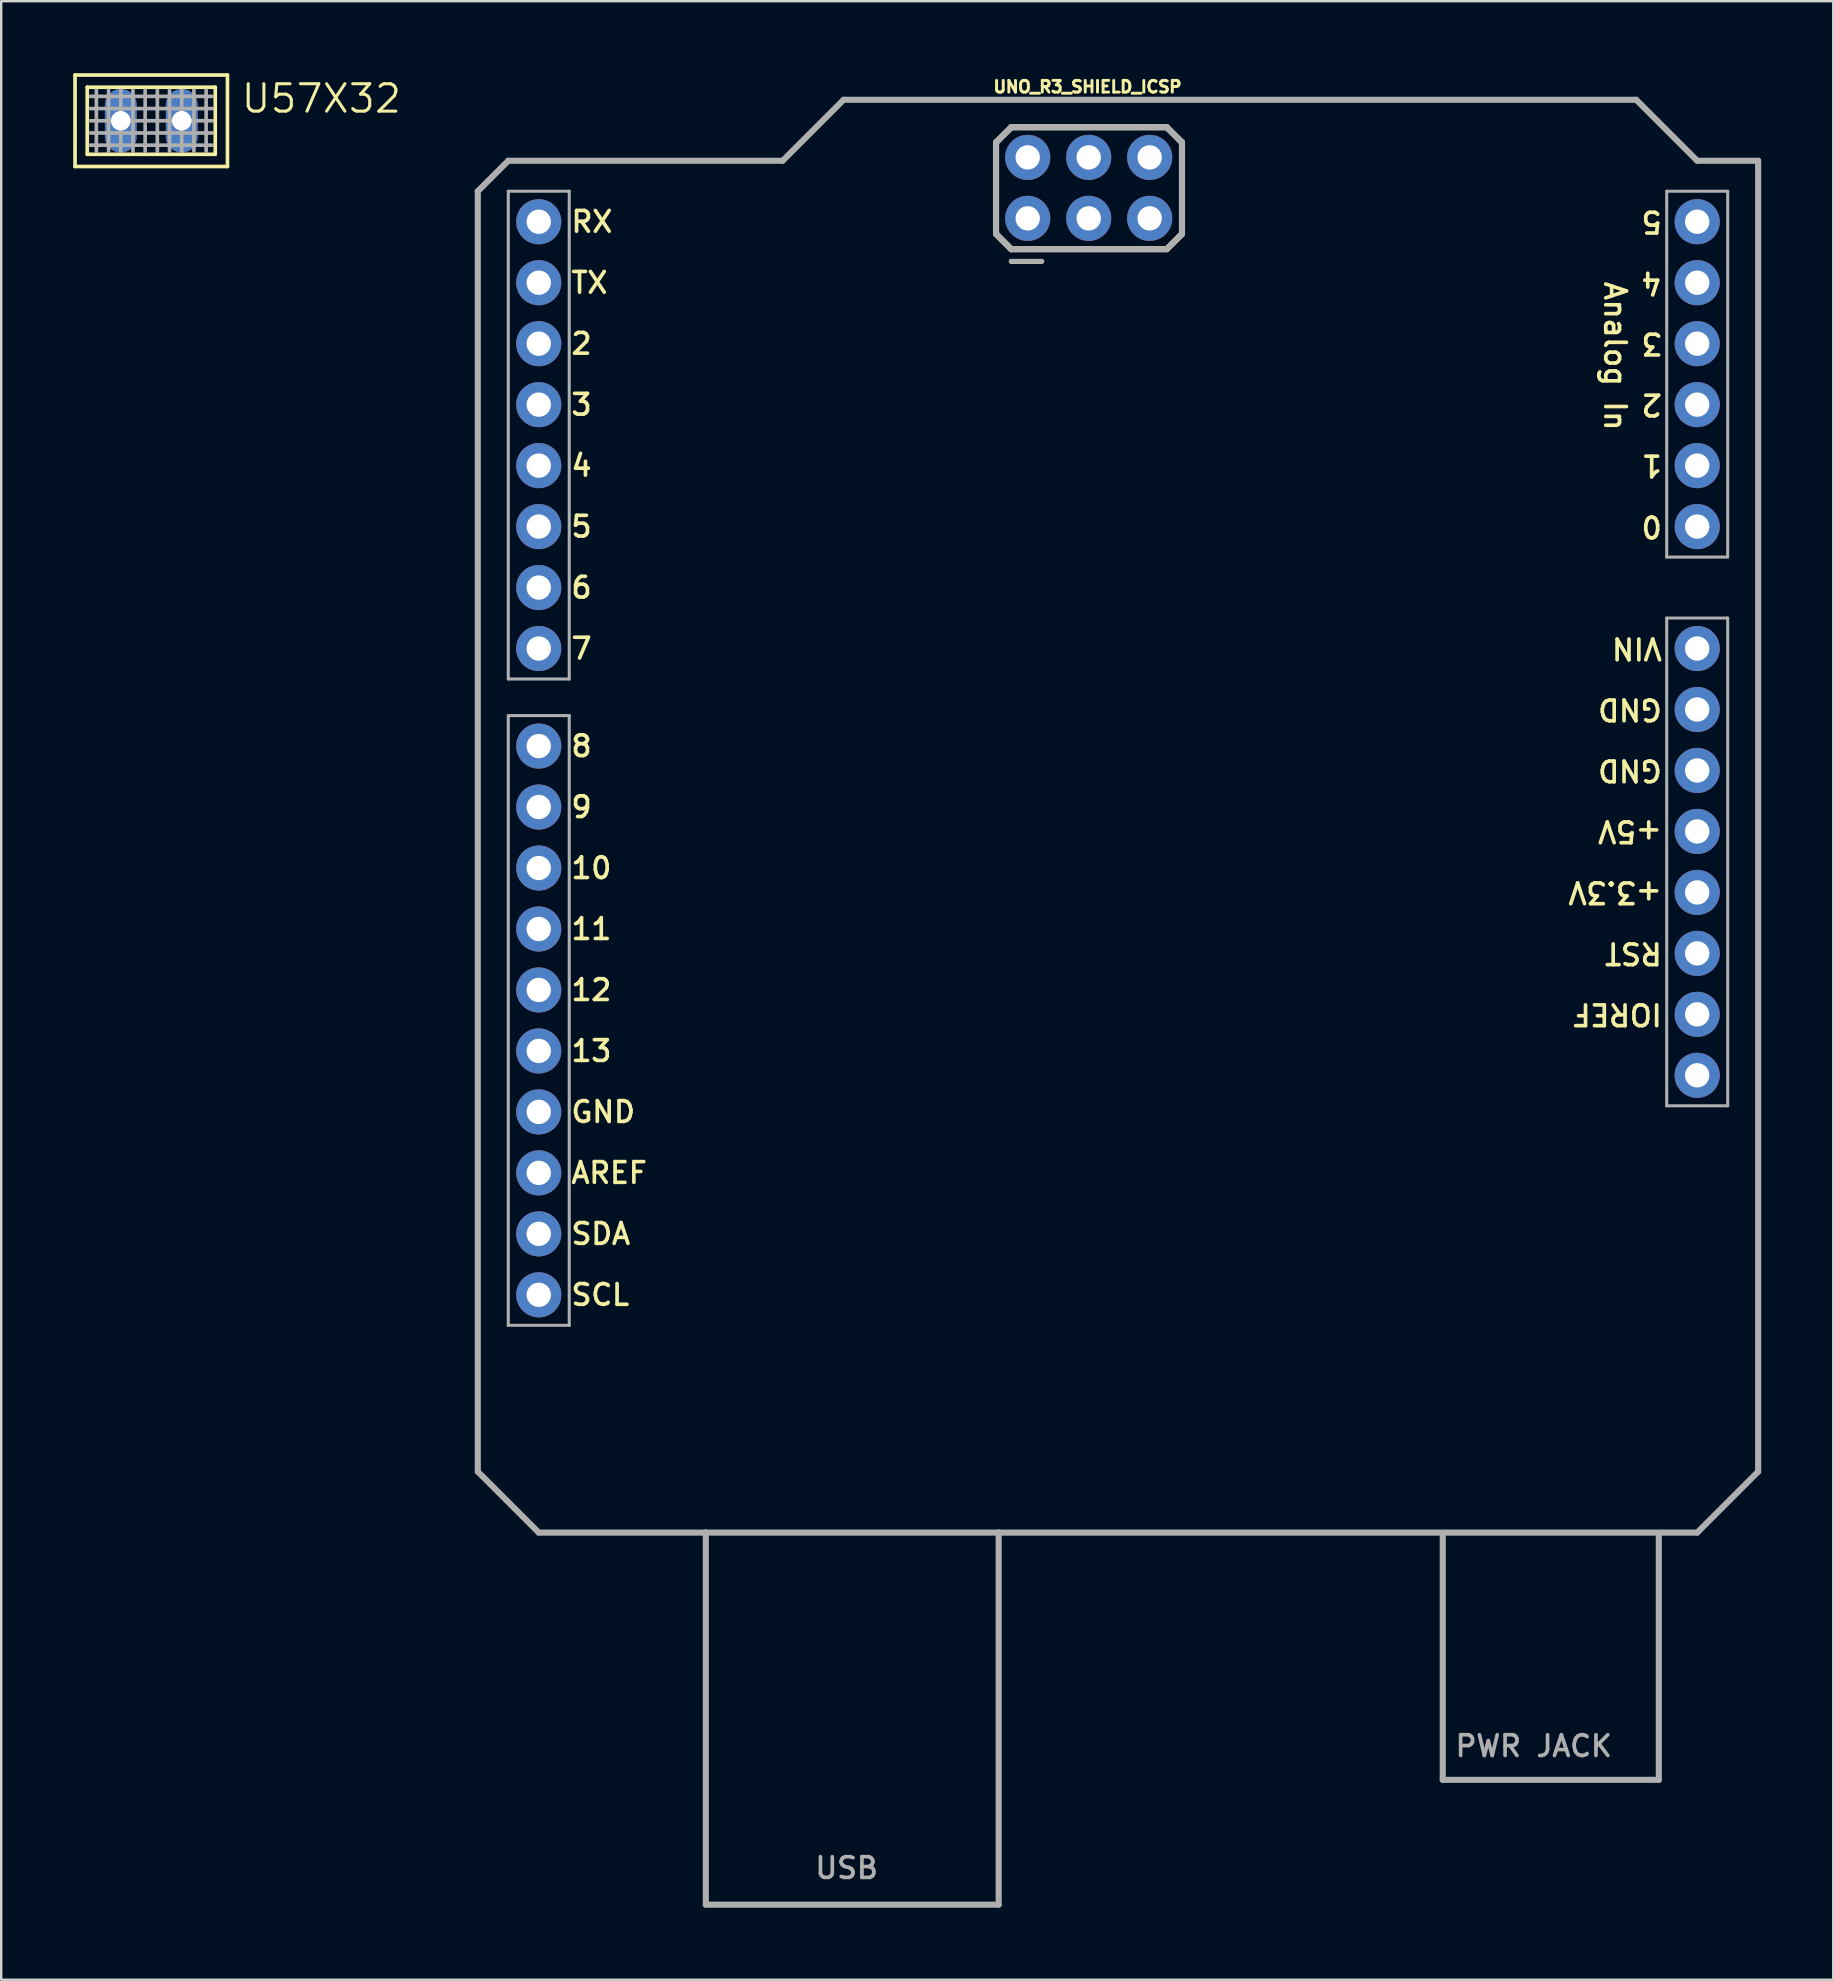
<source format=kicad_pcb>
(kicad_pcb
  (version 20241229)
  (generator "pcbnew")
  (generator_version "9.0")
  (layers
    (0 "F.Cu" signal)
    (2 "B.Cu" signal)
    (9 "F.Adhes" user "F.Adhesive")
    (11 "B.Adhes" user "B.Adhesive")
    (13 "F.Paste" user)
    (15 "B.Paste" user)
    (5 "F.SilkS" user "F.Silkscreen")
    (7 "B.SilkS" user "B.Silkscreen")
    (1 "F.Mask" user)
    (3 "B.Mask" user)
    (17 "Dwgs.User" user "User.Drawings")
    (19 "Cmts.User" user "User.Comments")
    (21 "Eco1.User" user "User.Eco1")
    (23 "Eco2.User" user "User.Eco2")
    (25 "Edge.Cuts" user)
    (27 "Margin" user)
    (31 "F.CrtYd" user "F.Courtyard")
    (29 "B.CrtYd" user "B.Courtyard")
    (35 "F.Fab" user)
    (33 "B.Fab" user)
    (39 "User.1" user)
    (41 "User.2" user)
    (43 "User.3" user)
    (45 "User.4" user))
  (footprint "U57X32"
    (layer "F.Cu")
    (at 3.251 1.981)
    (property "Reference" "U57X32" (at 3.683 -0.254 0) (unlocked yes) (layer "F.SilkS") (effects (font (size 1.143 1.143) (thickness 0.127)) (justify left bottom)))
    (fp_line (start -3.175 -1.905) (end -3.175 1.905) (stroke (width 0.152) (type solid)) (layer "F.SilkS"))
    (fp_line (start -3.175 -1.905) (end 3.175 -1.905) (stroke (width 0.152) (type solid)) (layer "F.SilkS"))
    (fp_line (start -2.667 -1.397) (end -2.667 1.397) (stroke (width 0.152) (type solid)) (layer "F.SilkS"))
    (fp_line (start -2.667 -1.397) (end 2.667 -1.397) (stroke (width 0.152) (type solid)) (layer "F.SilkS"))
    (fp_line (start 2.667 1.397) (end -2.667 1.397) (stroke (width 0.152) (type solid)) (layer "F.SilkS"))
    (fp_line (start 2.667 1.397) (end 2.667 -1.397) (stroke (width 0.152) (type solid)) (layer "F.SilkS"))
    (fp_line (start 3.175 1.905) (end -3.175 1.905) (stroke (width 0.152) (type solid)) (layer "F.SilkS"))
    (fp_line (start 3.175 1.905) (end 3.175 -1.905) (stroke (width 0.152) (type solid)) (layer "F.SilkS"))
    (fp_line (start -2.54 -1.016) (end 2.54 -1.016) (stroke (width 0.152) (type solid)) (layer "F.Fab"))
    (fp_line (start -2.54 -0.508) (end 2.54 -0.508) (stroke (width 0.152) (type solid)) (layer "F.Fab"))
    (fp_line (start -2.54 0) (end 2.54 0) (stroke (width 0.152) (type solid)) (layer "F.Fab"))
    (fp_line (start -2.54 0.508) (end 2.54 0.508) (stroke (width 0.152) (type solid)) (layer "F.Fab"))
    (fp_line (start -2.54 1.016) (end 2.54 1.016) (stroke (width 0.152) (type solid)) (layer "F.Fab"))
    (fp_line (start -2.286 -1.27) (end -2.286 1.27) (stroke (width 0.152) (type solid)) (layer "F.Fab"))
    (fp_line (start -1.778 -1.27) (end -1.778 1.27) (stroke (width 0.152) (type solid)) (layer "F.Fab"))
    (fp_line (start -1.27 -1.27) (end -1.27 1.27) (stroke (width 0.152) (type solid)) (layer "F.Fab"))
    (fp_line (start -0.762 -1.27) (end -0.762 1.27) (stroke (width 0.152) (type solid)) (layer "F.Fab"))
    (fp_line (start -0.254 -1.27) (end -0.254 1.27) (stroke (width 0.152) (type solid)) (layer "F.Fab"))
    (fp_line (start 0.254 -1.27) (end 0.254 1.27) (stroke (width 0.152) (type solid)) (layer "F.Fab"))
    (fp_line (start 0.762 -1.27) (end 0.762 1.27) (stroke (width 0.152) (type solid)) (layer "F.Fab"))
    (fp_line (start 1.27 -1.27) (end 1.27 1.27) (stroke (width 0.152) (type solid)) (layer "F.Fab"))
    (fp_line (start 1.778 -1.27) (end 1.778 1.27) (stroke (width 0.152) (type solid)) (layer "F.Fab"))
    (fp_line (start 2.286 -1.27) (end 2.286 1.27) (stroke (width 0.152) (type solid)) (layer "F.Fab"))
    (pad "A" thru_hole oval (at -1.27 0 90) (size 2.642 1.321) (drill 0.813) (layers "*.Cu" "*.Mask"))
    (pad "K" thru_hole oval (at 1.27 0 90) (size 2.642 1.321) (drill 0.813) (layers "*.Cu" "*.Mask")))
  (footprint "UNO_R3_SHIELD_ICSP"
    (layer "F.Cu")
    (at 43.524 30.317)
    (property "Reference" "UNO_R3_SHIELD_ICSP" (at -1.27 -29.464 0) (unlocked yes) (layer "F.SilkS") (effects (font (size 0.488 0.488) (thickness 0.122)) (justify bottom)))
    (fp_line (start -5.08 -27.432) (end -4.445 -28.067) (stroke (width 0.254) (type solid)) (layer "F.SilkS"))
    (fp_line (start -5.08 -23.622) (end -5.08 -27.432) (stroke (width 0.254) (type solid)) (layer "F.SilkS"))
    (fp_line (start -4.445 -28.067) (end 2.032 -28.067) (stroke (width 0.254) (type solid)) (layer "F.SilkS"))
    (fp_line (start -4.445 -22.987) (end -5.08 -23.622) (stroke (width 0.254) (type solid)) (layer "F.SilkS"))
    (fp_line (start -3.175 -22.479) (end -4.445 -22.479) (stroke (width 0.203) (type solid)) (layer "F.SilkS"))
    (fp_line (start 2.032 -28.067) (end 2.667 -27.432) (stroke (width 0.254) (type solid)) (layer "F.SilkS"))
    (fp_line (start 2.032 -22.987) (end -4.445 -22.987) (stroke (width 0.254) (type solid)) (layer "F.SilkS"))
    (fp_line (start 2.667 -27.432) (end 2.667 -23.622) (stroke (width 0.254) (type solid)) (layer "F.SilkS"))
    (fp_line (start 2.667 -23.622) (end 2.032 -22.987) (stroke (width 0.254) (type solid)) (layer "F.SilkS"))
    (fp_line (start -26.67 -25.4) (end -26.67 27.94) (stroke (width 0.254) (type solid)) (layer "F.Fab"))
    (fp_line (start -26.67 27.94) (end -24.13 30.48) (stroke (width 0.254) (type solid)) (layer "F.Fab"))
    (fp_line (start -25.4 -26.67) (end -26.67 -25.4) (stroke (width 0.254) (type solid)) (layer "F.Fab"))
    (fp_line (start -25.4 -25.4) (end -22.86 -25.4) (stroke (width 0.127) (type solid)) (layer "F.Fab"))
    (fp_line (start -25.4 -5.08) (end -25.4 -25.4) (stroke (width 0.127) (type solid)) (layer "F.Fab"))
    (fp_line (start -25.4 -3.556) (end -22.86 -3.556) (stroke (width 0.127) (type solid)) (layer "F.Fab"))
    (fp_line (start -25.4 21.844) (end -25.4 -3.556) (stroke (width 0.127) (type solid)) (layer "F.Fab"))
    (fp_line (start -24.13 30.48) (end -17.17 30.48) (stroke (width 0.254) (type solid)) (layer "F.Fab"))
    (fp_line (start -22.86 -25.4) (end -22.86 -5.08) (stroke (width 0.127) (type solid)) (layer "F.Fab"))
    (fp_line (start -22.86 -5.08) (end -25.4 -5.08) (stroke (width 0.127) (type solid)) (layer "F.Fab"))
    (fp_line (start -22.86 -3.556) (end -22.86 21.844) (stroke (width 0.127) (type solid)) (layer "F.Fab"))
    (fp_line (start -22.86 21.844) (end -25.4 21.844) (stroke (width 0.127) (type solid)) (layer "F.Fab"))
    (fp_line (start -17.17 30.48) (end -4.97 30.48) (stroke (width 0.254) (type solid)) (layer "F.Fab"))
    (fp_line (start -17.17 45.98) (end -17.17 30.48) (stroke (width 0.254) (type solid)) (layer "F.Fab"))
    (fp_line (start -17.17 45.98) (end -4.97 45.98) (stroke (width 0.254) (type solid)) (layer "F.Fab"))
    (fp_line (start -13.97 -26.67) (end -25.4 -26.67) (stroke (width 0.254) (type solid)) (layer "F.Fab"))
    (fp_line (start -11.43 -29.21) (end -13.97 -26.67) (stroke (width 0.254) (type solid)) (layer "F.Fab"))
    (fp_line (start -5.08 -27.432) (end -4.445 -28.067) (stroke (width 0.254) (type solid)) (layer "F.Fab"))
    (fp_line (start -5.08 -23.622) (end -5.08 -27.432) (stroke (width 0.254) (type solid)) (layer "F.Fab"))
    (fp_line (start -4.97 30.48) (end 24.13 30.48) (stroke (width 0.254) (type solid)) (layer "F.Fab"))
    (fp_line (start -4.97 45.98) (end -4.97 30.48) (stroke (width 0.254) (type solid)) (layer "F.Fab"))
    (fp_line (start -4.445 -28.067) (end 2.032 -28.067) (stroke (width 0.254) (type solid)) (layer "F.Fab"))
    (fp_line (start -4.445 -22.987) (end -5.08 -23.622) (stroke (width 0.254) (type solid)) (layer "F.Fab"))
    (fp_line (start -3.175 -22.479) (end -4.445 -22.479) (stroke (width 0.203) (type solid)) (layer "F.Fab"))
    (fp_line (start 2.032 -28.067) (end 2.667 -27.432) (stroke (width 0.254) (type solid)) (layer "F.Fab"))
    (fp_line (start 2.032 -22.987) (end -4.445 -22.987) (stroke (width 0.254) (type solid)) (layer "F.Fab"))
    (fp_line (start 2.667 -27.432) (end 2.667 -23.622) (stroke (width 0.254) (type solid)) (layer "F.Fab"))
    (fp_line (start 2.667 -23.622) (end 2.032 -22.987) (stroke (width 0.254) (type solid)) (layer "F.Fab"))
    (fp_line (start 13.53 40.78) (end 13.53 30.58) (stroke (width 0.254) (type solid)) (layer "F.Fab"))
    (fp_line (start 13.53 40.78) (end 22.53 40.78) (stroke (width 0.254) (type solid)) (layer "F.Fab"))
    (fp_line (start 21.59 -29.21) (end -11.43 -29.21) (stroke (width 0.254) (type solid)) (layer "F.Fab"))
    (fp_line (start 22.53 40.78) (end 22.53 30.58) (stroke (width 0.254) (type solid)) (layer "F.Fab"))
    (fp_line (start 22.86 -25.4) (end 25.4 -25.4) (stroke (width 0.127) (type solid)) (layer "F.Fab"))
    (fp_line (start 22.86 -10.16) (end 22.86 -25.4) (stroke (width 0.127) (type solid)) (layer "F.Fab"))
    (fp_line (start 22.86 -7.62) (end 22.86 12.7) (stroke (width 0.127) (type solid)) (layer "F.Fab"))
    (fp_line (start 22.86 12.7) (end 25.4 12.7) (stroke (width 0.127) (type solid)) (layer "F.Fab"))
    (fp_line (start 24.13 -26.67) (end 21.59 -29.21) (stroke (width 0.254) (type solid)) (layer "F.Fab"))
    (fp_line (start 24.13 30.48) (end 26.67 27.94) (stroke (width 0.254) (type solid)) (layer "F.Fab"))
    (fp_line (start 25.4 -25.4) (end 25.4 -10.16) (stroke (width 0.127) (type solid)) (layer "F.Fab"))
    (fp_line (start 25.4 -10.16) (end 22.86 -10.16) (stroke (width 0.127) (type solid)) (layer "F.Fab"))
    (fp_line (start 25.4 -7.62) (end 22.86 -7.62) (stroke (width 0.127) (type solid)) (layer "F.Fab"))
    (fp_line (start 25.4 12.7) (end 25.4 -7.62) (stroke (width 0.127) (type solid)) (layer "F.Fab"))
    (fp_line (start 26.67 -26.67) (end 24.13 -26.67) (stroke (width 0.254) (type solid)) (layer "F.Fab"))
    (fp_line (start 26.67 27.94) (end 26.67 -26.67) (stroke (width 0.254) (type solid)) (layer "F.Fab"))
    (fp_text user "2" (at -22.86 -18.542 0) (unlocked yes) (layer "F.SilkS") (effects (font (size 0.864 0.864) (thickness 0.152)) (justify left bottom)))
    (fp_text user "SCL" (at -22.86 21.082 0) (unlocked yes) (layer "F.SilkS") (effects (font (size 0.864 0.864) (thickness 0.152)) (justify left bottom)))
    (fp_text user "3" (at 22.746 -19.558 180) (unlocked yes) (layer "F.SilkS") (effects (font (size 0.864 0.864) (thickness 0.152)) (justify left bottom)))
    (fp_text user "1" (at 22.746 -14.478 180) (unlocked yes) (layer "F.SilkS") (effects (font (size 0.864 0.864) (thickness 0.152)) (justify left bottom)))
    (fp_text user "Analog In" (at 20.206 -21.717 270) (unlocked yes) (layer "F.SilkS") (effects (font (size 0.864 0.864) (thickness 0.152)) (justify left bottom)))
    (fp_text user "6" (at -22.86 -8.382 0) (unlocked yes) (layer "F.SilkS") (effects (font (size 0.864 0.864) (thickness 0.152)) (justify left bottom)))
    (fp_text user "8" (at -22.86 -1.778 0) (unlocked yes) (layer "F.SilkS") (effects (font (size 0.864 0.864) (thickness 0.152)) (justify left bottom)))
    (fp_text user "2" (at 22.746 -17.018 180) (unlocked yes) (layer "F.SilkS") (effects (font (size 0.864 0.864) (thickness 0.152)) (justify left bottom)))
    (fp_text user "12" (at -22.86 8.382 0) (unlocked yes) (layer "F.SilkS") (effects (font (size 0.864 0.864) (thickness 0.152)) (justify left bottom)))
    (fp_text user "+3.3V" (at 22.746 3.302 180) (unlocked yes) (layer "F.SilkS") (effects (font (size 0.864 0.864) (thickness 0.152)) (justify left bottom)))
    (fp_text user "10" (at -22.86 3.302 0) (unlocked yes) (layer "F.SilkS") (effects (font (size 0.864 0.864) (thickness 0.152)) (justify left bottom)))
    (fp_text user "0" (at 22.746 -11.938 180) (unlocked yes) (layer "F.SilkS") (effects (font (size 0.864 0.864) (thickness 0.152)) (justify left bottom)))
    (fp_text user "AREF" (at -22.86 16.002 0) (unlocked yes) (layer "F.SilkS") (effects (font (size 0.864 0.864) (thickness 0.152)) (justify left bottom)))
    (fp_text user "SDA" (at -22.86 18.542 0) (unlocked yes) (layer "F.SilkS") (effects (font (size 0.864 0.864) (thickness 0.152)) (justify left bottom)))
    (fp_text user "VIN" (at 22.746 -6.858 180) (unlocked yes) (layer "F.SilkS") (effects (font (size 0.864 0.864) (thickness 0.152)) (justify left bottom)))
    (fp_text user "GND" (at 22.746 -1.778 180) (unlocked yes) (layer "F.SilkS") (effects (font (size 0.864 0.864) (thickness 0.152)) (justify left bottom)))
    (fp_text user "RX" (at -22.86 -23.622 0) (unlocked yes) (layer "F.SilkS") (effects (font (size 0.864 0.864) (thickness 0.152)) (justify left bottom)))
    (fp_text user "5" (at 22.746 -24.638 180) (unlocked yes) (layer "F.SilkS") (effects (font (size 0.864 0.864) (thickness 0.152)) (justify left bottom)))
    (fp_text user "GND" (at -22.86 13.462 0) (unlocked yes) (layer "F.SilkS") (effects (font (size 0.864 0.864) (thickness 0.152)) (justify left bottom)))
    (fp_text user "TX" (at -22.86 -21.082 0) (unlocked yes) (layer "F.SilkS") (effects (font (size 0.864 0.864) (thickness 0.152)) (justify left bottom)))
    (fp_text user "13" (at -22.86 10.922 0) (unlocked yes) (layer "F.SilkS") (effects (font (size 0.864 0.864) (thickness 0.152)) (justify left bottom)))
    (fp_text user "4" (at 22.746 -22.098 180) (unlocked yes) (layer "F.SilkS") (effects (font (size 0.864 0.864) (thickness 0.152)) (justify left bottom)))
    (fp_text user "GND" (at 22.746 -4.318 180) (unlocked yes) (layer "F.SilkS") (effects (font (size 0.864 0.864) (thickness 0.152)) (justify left bottom)))
    (fp_text user "RST" (at 22.746 5.842 180) (unlocked yes) (layer "F.SilkS") (effects (font (size 0.864 0.864) (thickness 0.152)) (justify left bottom)))
    (fp_text user "5" (at -22.86 -10.922 0) (unlocked yes) (layer "F.SilkS") (effects (font (size 0.864 0.864) (thickness 0.152)) (justify left bottom)))
    (fp_text user "+5V" (at 22.746 0.762 180) (unlocked yes) (layer "F.SilkS") (effects (font (size 0.864 0.864) (thickness 0.152)) (justify left bottom)))
    (fp_text user "11" (at -22.86 5.842 0) (unlocked yes) (layer "F.SilkS") (effects (font (size 0.864 0.864) (thickness 0.152)) (justify left bottom)))
    (fp_text user "9" (at -22.86 0.762 0) (unlocked yes) (layer "F.SilkS") (effects (font (size 0.864 0.864) (thickness 0.152)) (justify left bottom)))
    (fp_text user "IOREF" (at 22.746 8.382 180) (unlocked yes) (layer "F.SilkS") (effects (font (size 0.864 0.864) (thickness 0.152)) (justify left bottom)))
    (fp_text user "7" (at -22.86 -5.842 0) (unlocked yes) (layer "F.SilkS") (effects (font (size 0.864 0.864) (thickness 0.152)) (justify left bottom)))
    (fp_text user "4" (at -22.86 -13.462 0) (unlocked yes) (layer "F.SilkS") (effects (font (size 0.864 0.864) (thickness 0.152)) (justify left bottom)))
    (fp_text user "3" (at -22.86 -16.002 0) (unlocked yes) (layer "F.SilkS") (effects (font (size 0.864 0.864) (thickness 0.152)) (justify left bottom)))
    (fp_text user "PWR JACK" (at 13.97 39.878 0) (unlocked yes) (layer "F.Fab") (effects (font (size 0.864 0.864) (thickness 0.152)) (justify left bottom)))
    (fp_text user "USB" (at -12.7 44.958 0) (unlocked yes) (layer "F.Fab") (effects (font (size 0.864 0.864) (thickness 0.152)) (justify left bottom)))
    (pad "3.3V" thru_hole circle (at 24.13 3.81 90) (size 1.88 1.88) (drill 1.016) (layers "*.Cu" "*.Mask"))
    (pad "5V" thru_hole circle (at 24.13 1.27 90) (size 1.88 1.88) (drill 1.016) (layers "*.Cu" "*.Mask"))
    (pad "5V_ICSP" thru_hole circle (at -3.76 -26.81 90) (size 1.88 1.88) (drill 1.016) (layers "*.Cu" "*.Mask"))
    (pad "A0" thru_hole circle (at 24.13 -11.43 90) (size 1.88 1.88) (drill 1.016) (layers "*.Cu" "*.Mask"))
    (pad "A1" thru_hole circle (at 24.13 -13.97 90) (size 1.88 1.88) (drill 1.016) (layers "*.Cu" "*.Mask"))
    (pad "A2" thru_hole circle (at 24.13 -16.51 90) (size 1.88 1.88) (drill 1.016) (layers "*.Cu" "*.Mask"))
    (pad "A3" thru_hole circle (at 24.13 -19.05 90) (size 1.88 1.88) (drill 1.016) (layers "*.Cu" "*.Mask"))
    (pad "A4" thru_hole circle (at 24.13 -21.59 90) (size 1.88 1.88) (drill 1.016) (layers "*.Cu" "*.Mask"))
    (pad "A5" thru_hole circle (at 24.13 -24.13 90) (size 1.88 1.88) (drill 1.016) (layers "*.Cu" "*.Mask"))
    (pad "AREF" thru_hole circle (at -24.13 15.494 90) (size 1.88 1.88) (drill 1.016) (layers "*.Cu" "*.Mask"))
    (pad "D2" thru_hole circle (at -24.13 -19.05 90) (size 1.88 1.88) (drill 1.016) (layers "*.Cu" "*.Mask"))
    (pad "D3" thru_hole circle (at -24.13 -16.51 90) (size 1.88 1.88) (drill 1.016) (layers "*.Cu" "*.Mask"))
    (pad "D4" thru_hole circle (at -24.13 -13.97 90) (size 1.88 1.88) (drill 1.016) (layers "*.Cu" "*.Mask"))
    (pad "D5" thru_hole circle (at -24.13 -11.43 90) (size 1.88 1.88) (drill 1.016) (layers "*.Cu" "*.Mask"))
    (pad "D6" thru_hole circle (at -24.13 -8.89 90) (size 1.88 1.88) (drill 1.016) (layers "*.Cu" "*.Mask"))
    (pad "D7" thru_hole circle (at -24.13 -6.35 90) (size 1.88 1.88) (drill 1.016) (layers "*.Cu" "*.Mask"))
    (pad "D8" thru_hole circle (at -24.13 -2.286 90) (size 1.88 1.88) (drill 1.016) (layers "*.Cu" "*.Mask"))
    (pad "D9" thru_hole circle (at -24.13 0.254 90) (size 1.88 1.88) (drill 1.016) (layers "*.Cu" "*.Mask"))
    (pad "D10" thru_hole circle (at -24.13 2.794 90) (size 1.88 1.88) (drill 1.016) (layers "*.Cu" "*.Mask"))
    (pad "D11" thru_hole circle (at -24.13 5.334 90) (size 1.88 1.88) (drill 1.016) (layers "*.Cu" "*.Mask"))
    (pad "D12" thru_hole circle (at -24.13 7.874 90) (size 1.88 1.88) (drill 1.016) (layers "*.Cu" "*.Mask"))
    (pad "D13" thru_hole circle (at -24.13 10.414 90) (size 1.88 1.88) (drill 1.016) (layers "*.Cu" "*.Mask"))
    (pad "GND@0" thru_hole circle (at 24.13 -1.27 90) (size 1.88 1.88) (drill 1.016) (layers "*.Cu" "*.Mask"))
    (pad "GND@1" thru_hole circle (at 24.13 -3.81 90) (size 1.88 1.88) (drill 1.016) (layers "*.Cu" "*.Mask"))
    (pad "GND@2" thru_hole circle (at -24.13 12.954 90) (size 1.88 1.88) (drill 1.016) (layers "*.Cu" "*.Mask"))
    (pad "GND_ICSP" thru_hole circle (at 1.32 -26.81 90) (size 1.88 1.88) (drill 1.016) (layers "*.Cu" "*.Mask"))
    (pad "IOREF" thru_hole circle (at 24.13 8.89 90) (size 1.88 1.88) (drill 1.016) (layers "*.Cu" "*.Mask"))
    (pad "MISO" thru_hole circle (at -3.76 -24.27 90) (size 1.88 1.88) (drill 1.016) (layers "*.Cu" "*.Mask"))
    (pad "MOSI" thru_hole circle (at -1.22 -26.81 90) (size 1.88 1.88) (drill 1.016) (layers "*.Cu" "*.Mask"))
    (pad "NC" thru_hole circle (at 24.13 11.43 90) (size 1.88 1.88) (drill 1.016) (layers "*.Cu" "*.Mask"))
    (pad "RES" thru_hole circle (at 24.13 6.35 90) (size 1.88 1.88) (drill 1.016) (layers "*.Cu" "*.Mask"))
    (pad "RST_ICSP" thru_hole circle (at 1.32 -24.27 90) (size 1.88 1.88) (drill 1.016) (layers "*.Cu" "*.Mask"))
    (pad "RX" thru_hole circle (at -24.13 -24.13 90) (size 1.88 1.88) (drill 1.016) (layers "*.Cu" "*.Mask"))
    (pad "SCK" thru_hole circle (at -1.22 -24.27 90) (size 1.88 1.88) (drill 1.016) (layers "*.Cu" "*.Mask"))
    (pad "SCL" thru_hole circle (at -24.13 20.574 90) (size 1.88 1.88) (drill 1.016) (layers "*.Cu" "*.Mask"))
    (pad "SDA" thru_hole circle (at -24.13 18.034 90) (size 1.88 1.88) (drill 1.016) (layers "*.Cu" "*.Mask"))
    (pad "TX" thru_hole circle (at -24.13 -21.59 90) (size 1.88 1.88) (drill 1.016) (layers "*.Cu" "*.Mask"))
    (pad "VIN" thru_hole circle (at 24.13 -6.35 90) (size 1.88 1.88) (drill 1.016) (layers "*.Cu" "*.Mask")))
  (gr_rect
    (start -3 -3)
    (end 73.321 79.424)
    (stroke (width 0.1) (type default))
    (fill no)
    (layer "Edge.Cuts")))
</source>
